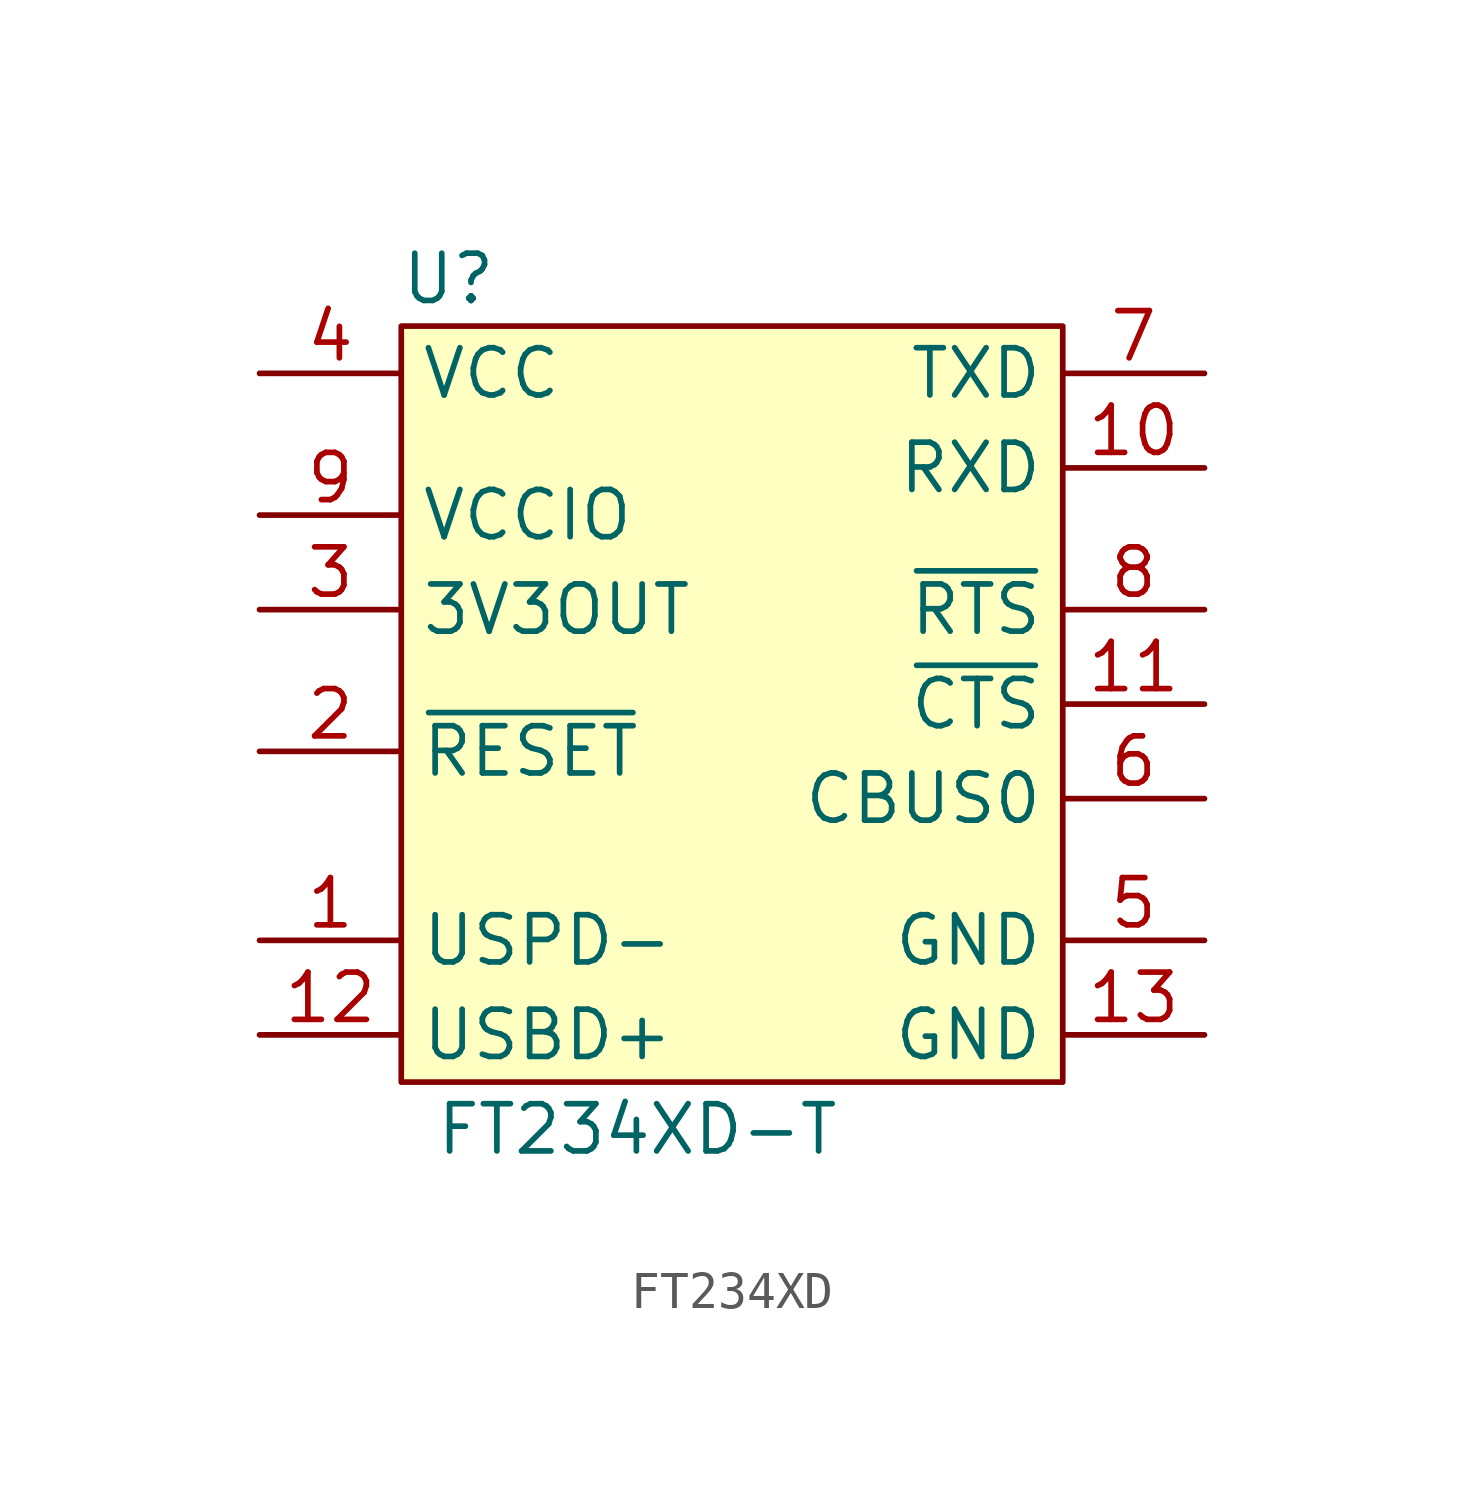
<source format=kicad_sym>
(kicad_symbol_lib
  (version 20220914)
  (generator kicad_symbol_editor)
  (symbol "FT234XD"
    (property "Reference" "U"
      (at 1.27 21.59 0)
      (effects (font (size 1.27 1.27))))
    (property "Value" "FT234XD-T"
      (at 6.35 -1.27 0)
      (effects (font (size 1.27 1.27))))
    (symbol "FT234XD_0_1"
      (rectangle (start 0 20.32) (end 17.78 0) (stroke (width 0) (type default)) (fill (type background))))
    (symbol "FT234XD_1_0"
      (pin passive line (at 21.59 1.27 180) (length 3.81) (name "GND" (effects (font (size 1.27 1.27)))) (number "13" (effects (font (size 1.27 1.27))))))
    (symbol "FT234XD_1_1"
      (pin passive line (at -3.81 3.81 0) (length 3.81) (name "USPD-" (effects (font (size 1.27 1.27)))) (number "1" (effects (font (size 1.27 1.27)))))
      (pin passive line (at 21.59 16.51 180) (length 3.81) (name "RXD" (effects (font (size 1.27 1.27)))) (number "10" (effects (font (size 1.27 1.27)))))
      (pin passive line (at 21.59 10.16 180) (length 3.81) (name "~{CTS}" (effects (font (size 1.27 1.27)))) (number "11" (effects (font (size 1.27 1.27)))))
      (pin passive line (at -3.81 1.27 0) (length 3.81) (name "USBD+" (effects (font (size 1.27 1.27)))) (number "12" (effects (font (size 1.27 1.27)))))
      (pin passive line (at -3.81 8.89 0) (length 3.81) (name "~{RESET}" (effects (font (size 1.27 1.27)))) (number "2" (effects (font (size 1.27 1.27)))))
      (pin passive line (at -3.81 12.7 0) (length 3.81) (name "3V3OUT" (effects (font (size 1.27 1.27)))) (number "3" (effects (font (size 1.27 1.27)))))
      (pin passive line (at -3.81 19.05 0) (length 3.81) (name "VCC" (effects (font (size 1.27 1.27)))) (number "4" (effects (font (size 1.27 1.27)))))
      (pin passive line (at 21.59 3.81 180) (length 3.81) (name "GND" (effects (font (size 1.27 1.27)))) (number "5" (effects (font (size 1.27 1.27)))))
      (pin passive line (at 21.59 7.62 180) (length 3.81) (name "CBUS0" (effects (font (size 1.27 1.27)))) (number "6" (effects (font (size 1.27 1.27)))))
      (pin passive line (at 21.59 19.05 180) (length 3.81) (name "TXD" (effects (font (size 1.27 1.27)))) (number "7" (effects (font (size 1.27 1.27)))))
      (pin passive line (at 21.59 12.7 180) (length 3.81) (name "~{RTS}" (effects (font (size 1.27 1.27)))) (number "8" (effects (font (size 1.27 1.27)))))
      (pin passive line (at -3.81 15.24 0) (length 3.81) (name "VCCIO" (effects (font (size 1.27 1.27)))) (number "9" (effects (font (size 1.27 1.27))))))))
</source>
